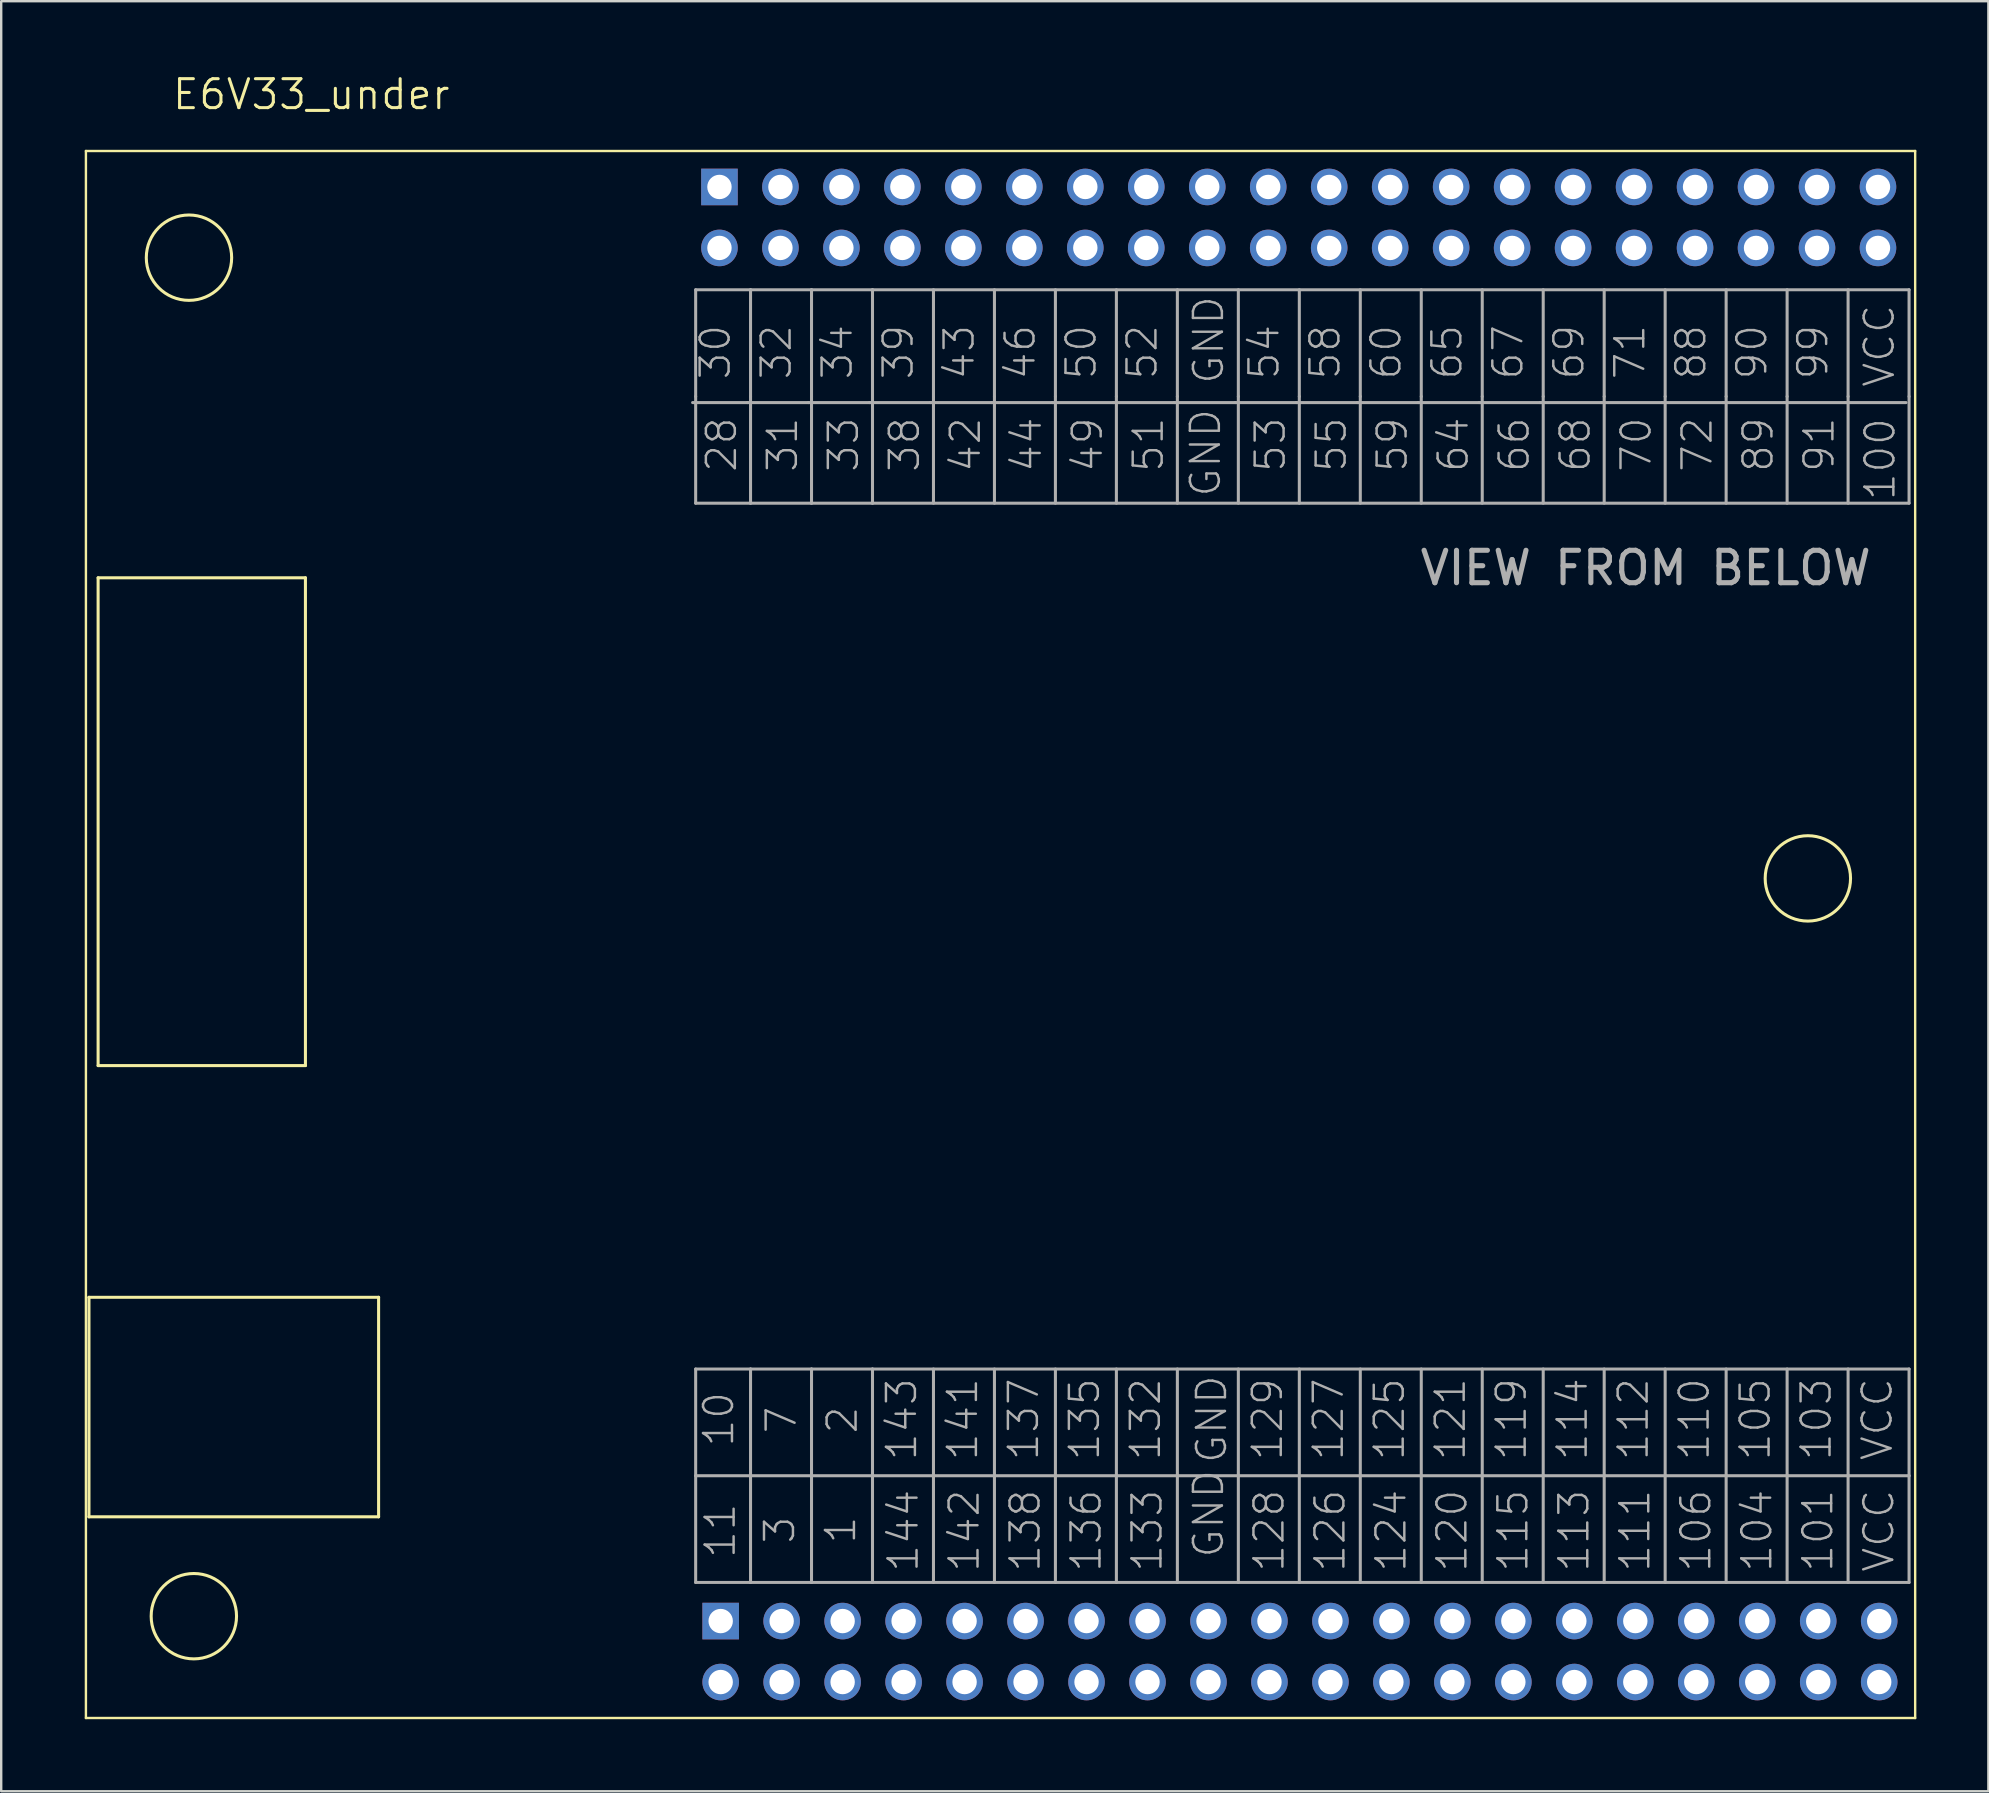
<source format=kicad_pcb>
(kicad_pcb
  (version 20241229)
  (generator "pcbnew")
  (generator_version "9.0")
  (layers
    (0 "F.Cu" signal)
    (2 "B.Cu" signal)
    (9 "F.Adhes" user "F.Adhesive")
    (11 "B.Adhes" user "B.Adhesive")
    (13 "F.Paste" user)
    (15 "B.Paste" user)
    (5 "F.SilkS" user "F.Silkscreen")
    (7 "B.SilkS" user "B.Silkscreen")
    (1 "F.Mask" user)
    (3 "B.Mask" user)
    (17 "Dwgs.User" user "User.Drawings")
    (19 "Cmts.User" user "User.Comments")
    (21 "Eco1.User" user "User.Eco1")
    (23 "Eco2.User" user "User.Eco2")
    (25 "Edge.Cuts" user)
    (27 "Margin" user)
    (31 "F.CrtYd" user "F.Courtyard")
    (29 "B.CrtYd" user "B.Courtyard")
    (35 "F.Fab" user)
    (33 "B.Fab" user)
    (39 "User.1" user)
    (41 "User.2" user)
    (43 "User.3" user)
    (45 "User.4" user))
  (footprint "E6V33_under"
    (layer "F.Cu")
    (at 0.25 34.608)
    (property "Reference" "E6V33_under" (at 3.81 -33.02 0) (layer "F.SilkS") (effects (font (size 1.206 1.206) (thickness 0.127)) (justify left bottom)))
    (attr through_hole)
    (fp_line (start 0.279 -31.369) (end 76.479 -31.369) (stroke (width 0.1) (type solid)) (layer "F.SilkS"))
    (fp_line (start 0.279 33.909) (end 0.279 -31.369) (stroke (width 0.1) (type solid)) (layer "F.SilkS"))
    (fp_line (start 0.406 16.383) (end 12.471 16.383) (stroke (width 0.127) (type solid)) (layer "F.SilkS"))
    (fp_line (start 0.406 25.527) (end 0.406 16.383) (stroke (width 0.127) (type solid)) (layer "F.SilkS"))
    (fp_line (start 0.787 -13.589) (end 9.423 -13.589) (stroke (width 0.127) (type solid)) (layer "F.SilkS"))
    (fp_line (start 0.787 6.731) (end 0.787 -13.589) (stroke (width 0.127) (type solid)) (layer "F.SilkS"))
    (fp_line (start 9.423 -13.589) (end 9.423 6.731) (stroke (width 0.127) (type solid)) (layer "F.SilkS"))
    (fp_line (start 9.423 6.731) (end 0.787 6.731) (stroke (width 0.127) (type solid)) (layer "F.SilkS"))
    (fp_line (start 12.471 16.383) (end 12.471 25.527) (stroke (width 0.127) (type solid)) (layer "F.SilkS"))
    (fp_line (start 12.471 25.527) (end 0.406 25.527) (stroke (width 0.127) (type solid)) (layer "F.SilkS"))
    (fp_line (start 76.479 -31.369) (end 76.479 33.909) (stroke (width 0.1) (type solid)) (layer "F.SilkS"))
    (fp_line (start 76.479 33.909) (end 0.279 33.909) (stroke (width 0.1) (type solid)) (layer "F.SilkS"))
    (fp_circle (center 4.572 -26.924) (end 6.35 -26.924) (stroke (width 0.127) (type solid)) (fill no) (layer "F.SilkS"))
    (fp_circle (center 4.775 29.667) (end 6.553 29.667) (stroke (width 0.127) (type solid)) (fill no) (layer "F.SilkS"))
    (fp_circle (center 72.009 -1.067) (end 73.787 -1.067) (stroke (width 0.127) (type solid)) (fill no) (layer "F.SilkS"))
    (fp_line (start 25.552 -20.888) (end 27.838 -20.888) (stroke (width 0.127) (type solid)) (layer "F.Fab"))
    (fp_line (start 25.679 -25.587) (end 25.679 -21.142) (stroke (width 0.127) (type solid)) (layer "F.Fab"))
    (fp_line (start 25.679 -25.587) (end 27.965 -25.587) (stroke (width 0.127) (type solid)) (layer "F.Fab"))
    (fp_line (start 25.679 -21.142) (end 25.679 -16.697) (stroke (width 0.127) (type solid)) (layer "F.Fab"))
    (fp_line (start 25.679 19.371) (end 25.679 23.816) (stroke (width 0.127) (type solid)) (layer "F.Fab"))
    (fp_line (start 25.679 19.371) (end 27.965 19.371) (stroke (width 0.127) (type solid)) (layer "F.Fab"))
    (fp_line (start 25.679 23.816) (end 25.679 28.261) (stroke (width 0.127) (type solid)) (layer "F.Fab"))
    (fp_line (start 25.679 23.816) (end 27.965 23.816) (stroke (width 0.127) (type solid)) (layer "F.Fab"))
    (fp_line (start 27.838 -20.888) (end 30.378 -20.888) (stroke (width 0.127) (type solid)) (layer "F.Fab"))
    (fp_line (start 27.965 -25.587) (end 27.965 -21.142) (stroke (width 0.127) (type solid)) (layer "F.Fab"))
    (fp_line (start 27.965 -25.587) (end 30.505 -25.587) (stroke (width 0.127) (type solid)) (layer "F.Fab"))
    (fp_line (start 27.965 -21.142) (end 27.965 -16.697) (stroke (width 0.127) (type solid)) (layer "F.Fab"))
    (fp_line (start 27.965 -16.697) (end 25.679 -16.697) (stroke (width 0.127) (type solid)) (layer "F.Fab"))
    (fp_line (start 27.965 19.371) (end 27.965 23.816) (stroke (width 0.127) (type solid)) (layer "F.Fab"))
    (fp_line (start 27.965 19.371) (end 30.505 19.371) (stroke (width 0.127) (type solid)) (layer "F.Fab"))
    (fp_line (start 27.965 23.816) (end 27.965 28.261) (stroke (width 0.127) (type solid)) (layer "F.Fab"))
    (fp_line (start 27.965 23.816) (end 30.505 23.816) (stroke (width 0.127) (type solid)) (layer "F.Fab"))
    (fp_line (start 27.965 28.261) (end 25.679 28.261) (stroke (width 0.127) (type solid)) (layer "F.Fab"))
    (fp_line (start 30.378 -20.888) (end 32.918 -20.888) (stroke (width 0.127) (type solid)) (layer "F.Fab"))
    (fp_line (start 30.505 -25.587) (end 30.505 -21.142) (stroke (width 0.127) (type solid)) (layer "F.Fab"))
    (fp_line (start 30.505 -25.587) (end 33.045 -25.587) (stroke (width 0.127) (type solid)) (layer "F.Fab"))
    (fp_line (start 30.505 -21.142) (end 30.505 -16.697) (stroke (width 0.127) (type solid)) (layer "F.Fab"))
    (fp_line (start 30.505 -16.697) (end 27.965 -16.697) (stroke (width 0.127) (type solid)) (layer "F.Fab"))
    (fp_line (start 30.505 19.371) (end 30.505 23.816) (stroke (width 0.127) (type solid)) (layer "F.Fab"))
    (fp_line (start 30.505 19.371) (end 33.045 19.371) (stroke (width 0.127) (type solid)) (layer "F.Fab"))
    (fp_line (start 30.505 23.816) (end 30.505 28.261) (stroke (width 0.127) (type solid)) (layer "F.Fab"))
    (fp_line (start 30.505 23.816) (end 33.045 23.816) (stroke (width 0.127) (type solid)) (layer "F.Fab"))
    (fp_line (start 30.505 28.261) (end 27.965 28.261) (stroke (width 0.127) (type solid)) (layer "F.Fab"))
    (fp_line (start 32.918 -20.888) (end 35.458 -20.888) (stroke (width 0.127) (type solid)) (layer "F.Fab"))
    (fp_line (start 33.045 -25.587) (end 33.045 -21.142) (stroke (width 0.127) (type solid)) (layer "F.Fab"))
    (fp_line (start 33.045 -25.587) (end 76.225 -25.587) (stroke (width 0.127) (type solid)) (layer "F.Fab"))
    (fp_line (start 33.045 -21.142) (end 33.045 -16.697) (stroke (width 0.127) (type solid)) (layer "F.Fab"))
    (fp_line (start 33.045 -16.697) (end 30.505 -16.697) (stroke (width 0.127) (type solid)) (layer "F.Fab"))
    (fp_line (start 33.045 19.371) (end 33.045 23.816) (stroke (width 0.127) (type solid)) (layer "F.Fab"))
    (fp_line (start 33.045 19.371) (end 76.225 19.371) (stroke (width 0.127) (type solid)) (layer "F.Fab"))
    (fp_line (start 33.045 23.816) (end 33.045 28.261) (stroke (width 0.127) (type solid)) (layer "F.Fab"))
    (fp_line (start 33.045 23.816) (end 35.585 23.816) (stroke (width 0.127) (type solid)) (layer "F.Fab"))
    (fp_line (start 33.045 28.261) (end 30.505 28.261) (stroke (width 0.127) (type solid)) (layer "F.Fab"))
    (fp_line (start 35.458 -20.888) (end 37.998 -20.888) (stroke (width 0.127) (type solid)) (layer "F.Fab"))
    (fp_line (start 35.585 -25.587) (end 35.585 -21.142) (stroke (width 0.127) (type solid)) (layer "F.Fab"))
    (fp_line (start 35.585 -21.142) (end 35.585 -16.697) (stroke (width 0.127) (type solid)) (layer "F.Fab"))
    (fp_line (start 35.585 19.371) (end 35.585 23.816) (stroke (width 0.127) (type solid)) (layer "F.Fab"))
    (fp_line (start 35.585 23.816) (end 35.585 28.261) (stroke (width 0.127) (type solid)) (layer "F.Fab"))
    (fp_line (start 35.585 23.816) (end 38.125 23.816) (stroke (width 0.127) (type solid)) (layer "F.Fab"))
    (fp_line (start 37.998 -20.888) (end 40.538 -20.888) (stroke (width 0.127) (type solid)) (layer "F.Fab"))
    (fp_line (start 38.125 -25.587) (end 38.125 -21.142) (stroke (width 0.127) (type solid)) (layer "F.Fab"))
    (fp_line (start 38.125 -21.142) (end 38.125 -16.697) (stroke (width 0.127) (type solid)) (layer "F.Fab"))
    (fp_line (start 38.125 19.371) (end 38.125 23.816) (stroke (width 0.127) (type solid)) (layer "F.Fab"))
    (fp_line (start 38.125 23.816) (end 38.125 28.261) (stroke (width 0.127) (type solid)) (layer "F.Fab"))
    (fp_line (start 38.125 23.816) (end 40.665 23.816) (stroke (width 0.127) (type solid)) (layer "F.Fab"))
    (fp_line (start 40.538 -20.888) (end 43.078 -20.888) (stroke (width 0.127) (type solid)) (layer "F.Fab"))
    (fp_line (start 40.665 -25.587) (end 40.665 -21.142) (stroke (width 0.127) (type solid)) (layer "F.Fab"))
    (fp_line (start 40.665 -21.142) (end 40.665 -16.697) (stroke (width 0.127) (type solid)) (layer "F.Fab"))
    (fp_line (start 40.665 19.371) (end 40.665 23.816) (stroke (width 0.127) (type solid)) (layer "F.Fab"))
    (fp_line (start 40.665 23.816) (end 40.665 28.261) (stroke (width 0.127) (type solid)) (layer "F.Fab"))
    (fp_line (start 40.665 23.816) (end 43.205 23.816) (stroke (width 0.127) (type solid)) (layer "F.Fab"))
    (fp_line (start 43.078 -20.888) (end 45.618 -20.888) (stroke (width 0.127) (type solid)) (layer "F.Fab"))
    (fp_line (start 43.205 -25.587) (end 43.205 -21.142) (stroke (width 0.127) (type solid)) (layer "F.Fab"))
    (fp_line (start 43.205 -21.142) (end 43.205 -16.697) (stroke (width 0.127) (type solid)) (layer "F.Fab"))
    (fp_line (start 43.205 19.371) (end 43.205 23.816) (stroke (width 0.127) (type solid)) (layer "F.Fab"))
    (fp_line (start 43.205 23.816) (end 43.205 28.261) (stroke (width 0.127) (type solid)) (layer "F.Fab"))
    (fp_line (start 43.205 23.816) (end 45.745 23.816) (stroke (width 0.127) (type solid)) (layer "F.Fab"))
    (fp_line (start 45.618 -20.888) (end 48.158 -20.888) (stroke (width 0.127) (type solid)) (layer "F.Fab"))
    (fp_line (start 45.745 -25.587) (end 45.745 -21.142) (stroke (width 0.127) (type solid)) (layer "F.Fab"))
    (fp_line (start 45.745 -21.142) (end 45.745 -16.697) (stroke (width 0.127) (type solid)) (layer "F.Fab"))
    (fp_line (start 45.745 19.371) (end 45.745 23.816) (stroke (width 0.127) (type solid)) (layer "F.Fab"))
    (fp_line (start 45.745 23.816) (end 45.745 28.261) (stroke (width 0.127) (type solid)) (layer "F.Fab"))
    (fp_line (start 45.745 23.816) (end 48.285 23.816) (stroke (width 0.127) (type solid)) (layer "F.Fab"))
    (fp_line (start 48.158 -20.888) (end 50.698 -20.888) (stroke (width 0.127) (type solid)) (layer "F.Fab"))
    (fp_line (start 48.285 -25.587) (end 48.285 -21.142) (stroke (width 0.127) (type solid)) (layer "F.Fab"))
    (fp_line (start 48.285 -21.142) (end 48.285 -16.697) (stroke (width 0.127) (type solid)) (layer "F.Fab"))
    (fp_line (start 48.285 19.371) (end 48.285 23.816) (stroke (width 0.127) (type solid)) (layer "F.Fab"))
    (fp_line (start 48.285 23.816) (end 48.285 28.261) (stroke (width 0.127) (type solid)) (layer "F.Fab"))
    (fp_line (start 48.285 23.816) (end 50.825 23.816) (stroke (width 0.127) (type solid)) (layer "F.Fab"))
    (fp_line (start 50.698 -20.888) (end 53.238 -20.888) (stroke (width 0.127) (type solid)) (layer "F.Fab"))
    (fp_line (start 50.825 -25.587) (end 50.825 -21.142) (stroke (width 0.127) (type solid)) (layer "F.Fab"))
    (fp_line (start 50.825 -21.142) (end 50.825 -16.697) (stroke (width 0.127) (type solid)) (layer "F.Fab"))
    (fp_line (start 50.825 19.371) (end 50.825 23.816) (stroke (width 0.127) (type solid)) (layer "F.Fab"))
    (fp_line (start 50.825 23.816) (end 50.825 28.261) (stroke (width 0.127) (type solid)) (layer "F.Fab"))
    (fp_line (start 50.825 23.816) (end 53.365 23.816) (stroke (width 0.127) (type solid)) (layer "F.Fab"))
    (fp_line (start 53.238 -20.888) (end 55.778 -20.888) (stroke (width 0.127) (type solid)) (layer "F.Fab"))
    (fp_line (start 53.365 -25.587) (end 53.365 -21.142) (stroke (width 0.127) (type solid)) (layer "F.Fab"))
    (fp_line (start 53.365 -21.142) (end 53.365 -16.697) (stroke (width 0.127) (type solid)) (layer "F.Fab"))
    (fp_line (start 53.365 19.371) (end 53.365 23.816) (stroke (width 0.127) (type solid)) (layer "F.Fab"))
    (fp_line (start 53.365 23.816) (end 53.365 28.261) (stroke (width 0.127) (type solid)) (layer "F.Fab"))
    (fp_line (start 53.365 23.816) (end 55.905 23.816) (stroke (width 0.127) (type solid)) (layer "F.Fab"))
    (fp_line (start 55.778 -20.888) (end 58.318 -20.888) (stroke (width 0.127) (type solid)) (layer "F.Fab"))
    (fp_line (start 55.905 -25.587) (end 55.905 -21.142) (stroke (width 0.127) (type solid)) (layer "F.Fab"))
    (fp_line (start 55.905 -21.142) (end 55.905 -16.697) (stroke (width 0.127) (type solid)) (layer "F.Fab"))
    (fp_line (start 55.905 19.371) (end 55.905 23.816) (stroke (width 0.127) (type solid)) (layer "F.Fab"))
    (fp_line (start 55.905 23.816) (end 55.905 28.261) (stroke (width 0.127) (type solid)) (layer "F.Fab"))
    (fp_line (start 55.905 23.816) (end 58.445 23.816) (stroke (width 0.127) (type solid)) (layer "F.Fab"))
    (fp_line (start 58.318 -20.888) (end 60.858 -20.888) (stroke (width 0.127) (type solid)) (layer "F.Fab"))
    (fp_line (start 58.445 -25.587) (end 58.445 -21.142) (stroke (width 0.127) (type solid)) (layer "F.Fab"))
    (fp_line (start 58.445 -21.142) (end 58.445 -16.697) (stroke (width 0.127) (type solid)) (layer "F.Fab"))
    (fp_line (start 58.445 19.371) (end 58.445 23.816) (stroke (width 0.127) (type solid)) (layer "F.Fab"))
    (fp_line (start 58.445 23.816) (end 58.445 28.261) (stroke (width 0.127) (type solid)) (layer "F.Fab"))
    (fp_line (start 58.445 23.816) (end 60.985 23.816) (stroke (width 0.127) (type solid)) (layer "F.Fab"))
    (fp_line (start 60.858 -20.888) (end 63.398 -20.888) (stroke (width 0.127) (type solid)) (layer "F.Fab"))
    (fp_line (start 60.985 -25.587) (end 60.985 -21.142) (stroke (width 0.127) (type solid)) (layer "F.Fab"))
    (fp_line (start 60.985 -21.142) (end 60.985 -16.697) (stroke (width 0.127) (type solid)) (layer "F.Fab"))
    (fp_line (start 60.985 19.371) (end 60.985 23.816) (stroke (width 0.127) (type solid)) (layer "F.Fab"))
    (fp_line (start 60.985 23.816) (end 60.985 28.261) (stroke (width 0.127) (type solid)) (layer "F.Fab"))
    (fp_line (start 60.985 23.816) (end 63.525 23.816) (stroke (width 0.127) (type solid)) (layer "F.Fab"))
    (fp_line (start 63.398 -20.888) (end 65.938 -20.888) (stroke (width 0.127) (type solid)) (layer "F.Fab"))
    (fp_line (start 63.525 -25.587) (end 63.525 -21.142) (stroke (width 0.127) (type solid)) (layer "F.Fab"))
    (fp_line (start 63.525 -21.142) (end 63.525 -16.697) (stroke (width 0.127) (type solid)) (layer "F.Fab"))
    (fp_line (start 63.525 19.371) (end 63.525 23.816) (stroke (width 0.127) (type solid)) (layer "F.Fab"))
    (fp_line (start 63.525 23.816) (end 63.525 28.261) (stroke (width 0.127) (type solid)) (layer "F.Fab"))
    (fp_line (start 63.525 23.816) (end 66.065 23.816) (stroke (width 0.127) (type solid)) (layer "F.Fab"))
    (fp_line (start 65.938 -20.888) (end 68.478 -20.888) (stroke (width 0.127) (type solid)) (layer "F.Fab"))
    (fp_line (start 66.065 -25.587) (end 66.065 -21.142) (stroke (width 0.127) (type solid)) (layer "F.Fab"))
    (fp_line (start 66.065 -21.142) (end 66.065 -16.697) (stroke (width 0.127) (type solid)) (layer "F.Fab"))
    (fp_line (start 66.065 19.371) (end 66.065 23.816) (stroke (width 0.127) (type solid)) (layer "F.Fab"))
    (fp_line (start 66.065 23.816) (end 66.065 28.261) (stroke (width 0.127) (type solid)) (layer "F.Fab"))
    (fp_line (start 66.065 23.816) (end 68.605 23.816) (stroke (width 0.127) (type solid)) (layer "F.Fab"))
    (fp_line (start 68.478 -20.888) (end 71.018 -20.888) (stroke (width 0.127) (type solid)) (layer "F.Fab"))
    (fp_line (start 68.605 -25.587) (end 68.605 -21.142) (stroke (width 0.127) (type solid)) (layer "F.Fab"))
    (fp_line (start 68.605 -21.142) (end 68.605 -16.697) (stroke (width 0.127) (type solid)) (layer "F.Fab"))
    (fp_line (start 68.605 19.371) (end 68.605 23.816) (stroke (width 0.127) (type solid)) (layer "F.Fab"))
    (fp_line (start 68.605 23.816) (end 68.605 28.261) (stroke (width 0.127) (type solid)) (layer "F.Fab"))
    (fp_line (start 68.605 23.816) (end 71.145 23.816) (stroke (width 0.127) (type solid)) (layer "F.Fab"))
    (fp_line (start 71.018 -20.888) (end 73.558 -20.888) (stroke (width 0.127) (type solid)) (layer "F.Fab"))
    (fp_line (start 71.145 -25.587) (end 71.145 -21.142) (stroke (width 0.127) (type solid)) (layer "F.Fab"))
    (fp_line (start 71.145 -21.142) (end 71.145 -16.697) (stroke (width 0.127) (type solid)) (layer "F.Fab"))
    (fp_line (start 71.145 19.371) (end 71.145 23.816) (stroke (width 0.127) (type solid)) (layer "F.Fab"))
    (fp_line (start 71.145 23.816) (end 71.145 28.261) (stroke (width 0.127) (type solid)) (layer "F.Fab"))
    (fp_line (start 71.145 23.816) (end 73.685 23.816) (stroke (width 0.127) (type solid)) (layer "F.Fab"))
    (fp_line (start 73.558 -20.888) (end 76.098 -20.888) (stroke (width 0.127) (type solid)) (layer "F.Fab"))
    (fp_line (start 73.685 -25.587) (end 73.685 -21.142) (stroke (width 0.127) (type solid)) (layer "F.Fab"))
    (fp_line (start 73.685 -21.142) (end 73.685 -16.697) (stroke (width 0.127) (type solid)) (layer "F.Fab"))
    (fp_line (start 73.685 19.371) (end 73.685 23.816) (stroke (width 0.127) (type solid)) (layer "F.Fab"))
    (fp_line (start 73.685 23.816) (end 73.685 28.261) (stroke (width 0.127) (type solid)) (layer "F.Fab"))
    (fp_line (start 73.685 23.816) (end 76.225 23.816) (stroke (width 0.127) (type solid)) (layer "F.Fab"))
    (fp_line (start 76.225 -25.587) (end 76.225 -21.142) (stroke (width 0.127) (type solid)) (layer "F.Fab"))
    (fp_line (start 76.225 -21.142) (end 76.225 -16.697) (stroke (width 0.127) (type solid)) (layer "F.Fab"))
    (fp_line (start 76.225 -16.697) (end 33.045 -16.697) (stroke (width 0.127) (type solid)) (layer "F.Fab"))
    (fp_line (start 76.225 19.371) (end 76.225 23.816) (stroke (width 0.127) (type solid)) (layer "F.Fab"))
    (fp_line (start 76.225 23.816) (end 76.225 28.261) (stroke (width 0.127) (type solid)) (layer "F.Fab"))
    (fp_line (start 76.225 28.261) (end 33.045 28.261) (stroke (width 0.127) (type solid)) (layer "F.Fab"))
    (fp_text user "GND" (at 47.625 -20.701 90) (layer "F.Fab") (effects (font (size 1.206 1.206) (thickness 0.102)) (justify right bottom)))
    (fp_text user "GND" (at 47.752 23.495 90) (layer "F.Fab") (effects (font (size 1.206 1.206) (thickness 0.102)) (justify right bottom)))
    (fp_text user "60" (at 55.143 -21.772 90) (layer "F.Fab") (effects (font (size 1.206 1.206) (thickness 0.102)) (justify left bottom)))
    (fp_text user "143" (at 34.964 23.253 90) (layer "F.Fab") (effects (font (size 1.206 1.206) (thickness 0.102)) (justify left bottom)))
    (fp_text user "66" (at 60.483 -20.349 90) (layer "F.Fab") (effects (font (size 1.206 1.206) (thickness 0.102)) (justify right bottom)))
    (fp_text user "133" (at 45.192 24.318 90) (layer "F.Fab") (effects (font (size 1.206 1.206) (thickness 0.102)) (justify right bottom)))
    (fp_text user "113" (at 62.972 24.318 90) (layer "F.Fab") (effects (font (size 1.206 1.206) (thickness 0.102)) (justify right bottom)))
    (fp_text user "55" (at 52.863 -20.349 90) (layer "F.Fab") (effects (font (size 1.206 1.206) (thickness 0.102)) (justify right bottom)))
    (fp_text user "2" (at 32.492 20.853 90) (layer "F.Fab") (effects (font (size 1.206 1.206) (thickness 0.102)) (justify right bottom)))
    (fp_text user "58" (at 52.603 -21.772 90) (layer "F.Fab") (effects (font (size 1.206 1.206) (thickness 0.102)) (justify left bottom)))
    (fp_text user "115" (at 60.432 24.318 90) (layer "F.Fab") (effects (font (size 1.206 1.206) (thickness 0.102)) (justify right bottom)))
    (fp_text user "126" (at 52.812 24.318 90) (layer "F.Fab") (effects (font (size 1.206 1.206) (thickness 0.102)) (justify right bottom)))
    (fp_text user "106" (at 68.052 24.318 90) (layer "F.Fab") (effects (font (size 1.206 1.206) (thickness 0.102)) (justify right bottom)))
    (fp_text user "137" (at 40.044 23.253 90) (layer "F.Fab") (effects (font (size 1.206 1.206) (thickness 0.102)) (justify left bottom)))
    (fp_text user "59" (at 55.403 -20.349 90) (layer "F.Fab") (effects (font (size 1.206 1.206) (thickness 0.102)) (justify right bottom)))
    (fp_text user "70" (at 65.563 -20.349 90) (layer "F.Fab") (effects (font (size 1.206 1.206) (thickness 0.102)) (justify right bottom)))
    (fp_text user "100" (at 75.723 -20.32 90) (layer "F.Fab") (effects (font (size 1.206 1.206) (thickness 0.102)) (justify right bottom)))
    (fp_text user "67" (at 60.223 -21.772 90) (layer "F.Fab") (effects (font (size 1.206 1.206) (thickness 0.102)) (justify left bottom)))
    (fp_text user "90" (at 70.383 -21.772 90) (layer "F.Fab") (effects (font (size 1.206 1.206) (thickness 0.102)) (justify left bottom)))
    (fp_text user "51" (at 45.243 -20.349 90) (layer "F.Fab") (effects (font (size 1.206 1.206) (thickness 0.102)) (justify right bottom)))
    (fp_text user "1" (at 32.424 26.718 90) (layer "F.Fab") (effects (font (size 1.206 1.206) (thickness 0.102)) (justify left bottom)))
    (fp_text user "31" (at 30.003 -20.349 90) (layer "F.Fab") (effects (font (size 1.206 1.206) (thickness 0.102)) (justify right bottom)))
    (fp_text user "33" (at 32.543 -20.349 90) (layer "F.Fab") (effects (font (size 1.206 1.206) (thickness 0.102)) (justify right bottom)))
    (fp_text user "52" (at 44.983 -21.772 90) (layer "F.Fab") (effects (font (size 1.206 1.206) (thickness 0.102)) (justify left bottom)))
    (fp_text user "129" (at 50.204 23.253 90) (layer "F.Fab") (effects (font (size 1.206 1.206) (thickness 0.102)) (justify left bottom)))
    (fp_text user "144" (at 35.032 24.318 90) (layer "F.Fab") (effects (font (size 1.206 1.206) (thickness 0.102)) (justify right bottom)))
    (fp_text user "89" (at 70.643 -20.349 90) (layer "F.Fab") (effects (font (size 1.206 1.206) (thickness 0.102)) (justify right bottom)))
    (fp_text user "101" (at 73.132 24.318 90) (layer "F.Fab") (effects (font (size 1.206 1.206) (thickness 0.102)) (justify right bottom)))
    (fp_text user "121" (at 57.824 23.253 90) (layer "F.Fab") (effects (font (size 1.206 1.206) (thickness 0.102)) (justify left bottom)))
    (fp_text user "11" (at 27.412 24.893 90) (layer "F.Fab") (effects (font (size 1.206 1.206) (thickness 0.102)) (justify right bottom)))
    (fp_text user "138" (at 40.112 24.318 90) (layer "F.Fab") (effects (font (size 1.206 1.206) (thickness 0.102)) (justify right bottom)))
    (fp_text user "127" (at 52.744 23.253 90) (layer "F.Fab") (effects (font (size 1.206 1.206) (thickness 0.102)) (justify left bottom)))
    (fp_text user "30" (at 27.203 -21.772 90) (layer "F.Fab") (effects (font (size 1.206 1.206) (thickness 0.102)) (justify left bottom)))
    (fp_text user "91" (at 73.183 -20.349 90) (layer "F.Fab") (effects (font (size 1.206 1.206) (thickness 0.102)) (justify right bottom)))
    (fp_text user "54" (at 50.063 -21.772 90) (layer "F.Fab") (effects (font (size 1.206 1.206) (thickness 0.102)) (justify left bottom)))
    (fp_text user "119" (at 60.364 23.253 90) (layer "F.Fab") (effects (font (size 1.206 1.206) (thickness 0.102)) (justify left bottom)))
    (fp_text user "34" (at 32.283 -21.772 90) (layer "F.Fab") (effects (font (size 1.206 1.206) (thickness 0.102)) (justify left bottom)))
    (fp_text user "64" (at 57.943 -20.349 90) (layer "F.Fab") (effects (font (size 1.206 1.206) (thickness 0.102)) (justify right bottom)))
    (fp_text user "111" (at 65.512 24.318 90) (layer "F.Fab") (effects (font (size 1.206 1.206) (thickness 0.102)) (justify right bottom)))
    (fp_text user "72" (at 68.103 -20.349 90) (layer "F.Fab") (effects (font (size 1.206 1.206) (thickness 0.102)) (justify right bottom)))
    (fp_text user "103" (at 73.064 23.253 90) (layer "F.Fab") (effects (font (size 1.206 1.206) (thickness 0.102)) (justify left bottom)))
    (fp_text user "10" (at 27.344 22.679 90) (layer "F.Fab") (effects (font (size 1.206 1.206) (thickness 0.102)) (justify left bottom)))
    (fp_text user "71" (at 65.303 -21.772 90) (layer "F.Fab") (effects (font (size 1.206 1.206) (thickness 0.102)) (justify left bottom)))
    (fp_text user "VCC" (at 75.692 -21.463 90) (layer "F.Fab") (effects (font (size 1.206 1.206) (thickness 0.102)) (justify left bottom)))
    (fp_text user "GND" (at 47.752 -21.59 90) (layer "F.Fab") (effects (font (size 1.206 1.206) (thickness 0.102)) (justify left bottom)))
    (fp_text user "136" (at 42.652 24.318 90) (layer "F.Fab") (effects (font (size 1.206 1.206) (thickness 0.102)) (justify right bottom)))
    (fp_text user "99" (at 72.923 -21.772 90) (layer "F.Fab") (effects (font (size 1.206 1.206) (thickness 0.102)) (justify left bottom)))
    (fp_text user "120" (at 57.892 24.318 90) (layer "F.Fab") (effects (font (size 1.206 1.206) (thickness 0.102)) (justify right bottom)))
    (fp_text user "88" (at 67.843 -21.772 90) (layer "F.Fab") (effects (font (size 1.206 1.206) (thickness 0.102)) (justify left bottom)))
    (fp_text user "142" (at 37.572 24.318 90) (layer "F.Fab") (effects (font (size 1.206 1.206) (thickness 0.102)) (justify right bottom)))
    (fp_text user "43" (at 37.363 -21.772 90) (layer "F.Fab") (effects (font (size 1.206 1.206) (thickness 0.102)) (justify left bottom)))
    (fp_text user "105" (at 70.524 23.253 90) (layer "F.Fab") (effects (font (size 1.206 1.206) (thickness 0.102)) (justify left bottom)))
    (fp_text user "132" (at 45.124 23.253 90) (layer "F.Fab") (effects (font (size 1.206 1.206) (thickness 0.102)) (justify left bottom)))
    (fp_text user "114" (at 62.904 23.253 90) (layer "F.Fab") (effects (font (size 1.206 1.206) (thickness 0.102)) (justify left bottom)))
    (fp_text user "44" (at 40.163 -20.349 90) (layer "F.Fab") (effects (font (size 1.206 1.206) (thickness 0.102)) (justify right bottom)))
    (fp_text user "50" (at 42.443 -21.772 90) (layer "F.Fab") (effects (font (size 1.206 1.206) (thickness 0.102)) (justify left bottom)))
    (fp_text user "39" (at 34.823 -21.772 90) (layer "F.Fab") (effects (font (size 1.206 1.206) (thickness 0.102)) (justify left bottom)))
    (fp_text user "65" (at 57.683 -21.772 90) (layer "F.Fab") (effects (font (size 1.206 1.206) (thickness 0.102)) (justify left bottom)))
    (fp_text user "135" (at 42.584 23.253 90) (layer "F.Fab") (effects (font (size 1.206 1.206) (thickness 0.102)) (justify left bottom)))
    (fp_text user "38" (at 35.083 -20.349 90) (layer "F.Fab") (effects (font (size 1.206 1.206) (thickness 0.102)) (justify right bottom)))
    (fp_text user "28" (at 27.463 -20.349 90) (layer "F.Fab") (effects (font (size 1.206 1.206) (thickness 0.102)) (justify right bottom)))
    (fp_text user "GND" (at 47.879 23.368 90) (layer "F.Fab") (effects (font (size 1.206 1.206) (thickness 0.102)) (justify left bottom)))
    (fp_text user "VIEW FROM BELOW" (at 55.753 -13.208 0) (layer "F.Fab") (effects (font (size 1.351 1.351) (thickness 0.213)) (justify left bottom)))
    (fp_text user "VCC" (at 75.672 24.318 90) (layer "F.Fab") (effects (font (size 1.206 1.206) (thickness 0.102)) (justify right bottom)))
    (fp_text user "42" (at 37.623 -20.349 90) (layer "F.Fab") (effects (font (size 1.206 1.206) (thickness 0.102)) (justify right bottom)))
    (fp_text user "3" (at 29.884 26.718 90) (layer "F.Fab") (effects (font (size 1.206 1.206) (thickness 0.102)) (justify left bottom)))
    (fp_text user "125" (at 55.284 23.253 90) (layer "F.Fab") (effects (font (size 1.206 1.206) (thickness 0.102)) (justify left bottom)))
    (fp_text user "69" (at 62.763 -21.772 90) (layer "F.Fab") (effects (font (size 1.206 1.206) (thickness 0.102)) (justify left bottom)))
    (fp_text user "110" (at 67.984 23.253 90) (layer "F.Fab") (effects (font (size 1.206 1.206) (thickness 0.102)) (justify left bottom)))
    (fp_text user "32" (at 29.743 -21.772 90) (layer "F.Fab") (effects (font (size 1.206 1.206) (thickness 0.102)) (justify left bottom)))
    (fp_text user "68" (at 63.023 -20.349 90) (layer "F.Fab") (effects (font (size 1.206 1.206) (thickness 0.102)) (justify right bottom)))
    (fp_text user "53" (at 50.323 -20.349 90) (layer "F.Fab") (effects (font (size 1.206 1.206) (thickness 0.102)) (justify right bottom)))
    (fp_text user "104" (at 70.592 24.318 90) (layer "F.Fab") (effects (font (size 1.206 1.206) (thickness 0.102)) (justify right bottom)))
    (fp_text user "112" (at 65.444 23.253 90) (layer "F.Fab") (effects (font (size 1.206 1.206) (thickness 0.102)) (justify left bottom)))
    (fp_text user "VCC" (at 75.604 23.253 90) (layer "F.Fab") (effects (font (size 1.206 1.206) (thickness 0.102)) (justify left bottom)))
    (fp_text user "128" (at 50.272 24.318 90) (layer "F.Fab") (effects (font (size 1.206 1.206) (thickness 0.102)) (justify right bottom)))
    (fp_text user "7" (at 29.952 20.853 90) (layer "F.Fab") (effects (font (size 1.206 1.206) (thickness 0.102)) (justify right bottom)))
    (fp_text user "49" (at 42.703 -20.349 90) (layer "F.Fab") (effects (font (size 1.206 1.206) (thickness 0.102)) (justify right bottom)))
    (fp_text user "46" (at 39.903 -21.772 90) (layer "F.Fab") (effects (font (size 1.206 1.206) (thickness 0.102)) (justify left bottom)))
    (fp_text user "124" (at 55.352 24.318 90) (layer "F.Fab") (effects (font (size 1.206 1.206) (thickness 0.102)) (justify right bottom)))
    (fp_text user "141" (at 37.504 23.253 90) (layer "F.Fab") (effects (font (size 1.206 1.206) (thickness 0.102)) (justify left bottom)))
    (pad "GND1" thru_hole circle (at 46.99 -29.87) (size 1.524 1.524) (drill 1.016) (layers "*.Cu" "*.Mask"))
    (pad "GND2" thru_hole circle (at 46.99 -27.33) (size 1.524 1.524) (drill 1.016) (layers "*.Cu" "*.Mask"))
    (pad "GND3" thru_hole circle (at 47.041 29.87) (size 1.524 1.524) (drill 1.016) (layers "*.Cu" "*.Mask"))
    (pad "GND4" thru_hole circle (at 47.041 32.41) (size 1.524 1.524) (drill 1.016) (layers "*.Cu" "*.Mask"))
    (pad "I0_1" thru_hole circle (at 31.801 32.41) (size 1.524 1.524) (drill 1.016) (layers "*.Cu" "*.Mask"))
    (pad "I0_2" thru_hole circle (at 31.801 29.87) (size 1.524 1.524) (drill 1.016) (layers "*.Cu" "*.Mask"))
    (pad "I0_3" thru_hole circle (at 29.261 32.41) (size 1.524 1.524) (drill 1.016) (layers "*.Cu" "*.Mask"))
    (pad "I0_7" thru_hole circle (at 29.261 29.87) (size 1.524 1.524) (drill 1.016) (layers "*.Cu" "*.Mask"))
    (pad "I0_10" thru_hole circle (at 26.721 32.41) (size 1.524 1.524) (drill 1.016) (layers "*.Cu" "*.Mask"))
    (pad "I0_11" thru_hole rect (at 26.721 29.87) (size 1.524 1.524) (drill 1.016) (layers "*.Cu" "*.Mask"))
    (pad "I0_28" thru_hole rect (at 26.67 -29.87) (size 1.524 1.524) (drill 1.016) (layers "*.Cu" "*.Mask"))
    (pad "I0_30" thru_hole circle (at 26.67 -27.33) (size 1.524 1.524) (drill 1.016) (layers "*.Cu" "*.Mask"))
    (pad "I0_31" thru_hole circle (at 29.21 -29.87) (size 1.524 1.524) (drill 1.016) (layers "*.Cu" "*.Mask"))
    (pad "I0_32" thru_hole circle (at 29.21 -27.33) (size 1.524 1.524) (drill 1.016) (layers "*.Cu" "*.Mask"))
    (pad "I0_33" thru_hole circle (at 31.75 -29.87) (size 1.524 1.524) (drill 1.016) (layers "*.Cu" "*.Mask"))
    (pad "I0_34" thru_hole circle (at 31.75 -27.33) (size 1.524 1.524) (drill 1.016) (layers "*.Cu" "*.Mask"))
    (pad "I0_38" thru_hole circle (at 34.29 -29.87) (size 1.524 1.524) (drill 1.016) (layers "*.Cu" "*.Mask"))
    (pad "I0_39" thru_hole circle (at 34.29 -27.33) (size 1.524 1.524) (drill 1.016) (layers "*.Cu" "*.Mask"))
    (pad "I0_42" thru_hole circle (at 36.83 -29.87) (size 1.524 1.524) (drill 1.016) (layers "*.Cu" "*.Mask"))
    (pad "I0_43" thru_hole circle (at 36.83 -27.33) (size 1.524 1.524) (drill 1.016) (layers "*.Cu" "*.Mask"))
    (pad "I0_44" thru_hole circle (at 39.37 -29.87) (size 1.524 1.524) (drill 1.016) (layers "*.Cu" "*.Mask"))
    (pad "I0_46" thru_hole circle (at 39.37 -27.33) (size 1.524 1.524) (drill 1.016) (layers "*.Cu" "*.Mask"))
    (pad "I0_49" thru_hole circle (at 41.91 -29.87) (size 1.524 1.524) (drill 1.016) (layers "*.Cu" "*.Mask"))
    (pad "I0_50" thru_hole circle (at 41.91 -27.33) (size 1.524 1.524) (drill 1.016) (layers "*.Cu" "*.Mask"))
    (pad "I0_51" thru_hole circle (at 44.45 -29.87) (size 1.524 1.524) (drill 1.016) (layers "*.Cu" "*.Mask"))
    (pad "I0_52" thru_hole circle (at 44.45 -27.33) (size 1.524 1.524) (drill 1.016) (layers "*.Cu" "*.Mask"))
    (pad "I0_53" thru_hole circle (at 49.53 -29.87) (size 1.524 1.524) (drill 1.016) (layers "*.Cu" "*.Mask"))
    (pad "I0_54" thru_hole circle (at 49.53 -27.33) (size 1.524 1.524) (drill 1.016) (layers "*.Cu" "*.Mask"))
    (pad "I0_55" thru_hole circle (at 52.07 -29.87) (size 1.524 1.524) (drill 1.016) (layers "*.Cu" "*.Mask"))
    (pad "I0_58" thru_hole circle (at 52.07 -27.33) (size 1.524 1.524) (drill 1.016) (layers "*.Cu" "*.Mask"))
    (pad "I0_59" thru_hole circle (at 54.61 -29.87) (size 1.524 1.524) (drill 1.016) (layers "*.Cu" "*.Mask"))
    (pad "I0_60" thru_hole circle (at 54.61 -27.33) (size 1.524 1.524) (drill 1.016) (layers "*.Cu" "*.Mask"))
    (pad "I0_64" thru_hole circle (at 57.15 -29.87) (size 1.524 1.524) (drill 1.016) (layers "*.Cu" "*.Mask"))
    (pad "I0_65" thru_hole circle (at 57.15 -27.33) (size 1.524 1.524) (drill 1.016) (layers "*.Cu" "*.Mask"))
    (pad "I0_66" thru_hole circle (at 59.69 -29.87) (size 1.524 1.524) (drill 1.016) (layers "*.Cu" "*.Mask"))
    (pad "I0_67" thru_hole circle (at 59.69 -27.33) (size 1.524 1.524) (drill 1.016) (layers "*.Cu" "*.Mask"))
    (pad "I0_68" thru_hole circle (at 62.23 -29.87) (size 1.524 1.524) (drill 1.016) (layers "*.Cu" "*.Mask"))
    (pad "I0_69" thru_hole circle (at 62.23 -27.33) (size 1.524 1.524) (drill 1.016) (layers "*.Cu" "*.Mask"))
    (pad "I0_70" thru_hole circle (at 64.77 -29.87) (size 1.524 1.524) (drill 1.016) (layers "*.Cu" "*.Mask"))
    (pad "I0_71" thru_hole circle (at 64.77 -27.33) (size 1.524 1.524) (drill 1.016) (layers "*.Cu" "*.Mask"))
    (pad "I0_72" thru_hole circle (at 67.31 -29.87) (size 1.524 1.524) (drill 1.016) (layers "*.Cu" "*.Mask"))
    (pad "I0_88" thru_hole circle (at 67.31 -27.33) (size 1.524 1.524) (drill 1.016) (layers "*.Cu" "*.Mask"))
    (pad "I0_89" thru_hole circle (at 69.85 -29.87) (size 1.524 1.524) (drill 1.016) (layers "*.Cu" "*.Mask"))
    (pad "I0_90" thru_hole circle (at 69.85 -27.33) (size 1.524 1.524) (drill 1.016) (layers "*.Cu" "*.Mask"))
    (pad "I0_91" thru_hole circle (at 72.39 -29.87) (size 1.524 1.524) (drill 1.016) (layers "*.Cu" "*.Mask"))
    (pad "I0_99" thru_hole circle (at 72.39 -27.33) (size 1.524 1.524) (drill 1.016) (layers "*.Cu" "*.Mask"))
    (pad "I0_100" thru_hole circle (at 74.93 -29.87) (size 1.524 1.524) (drill 1.016) (layers "*.Cu" "*.Mask"))
    (pad "I0_101" thru_hole circle (at 72.441 29.87) (size 1.524 1.524) (drill 1.016) (layers "*.Cu" "*.Mask"))
    (pad "I0_103" thru_hole circle (at 72.441 32.41) (size 1.524 1.524) (drill 1.016) (layers "*.Cu" "*.Mask"))
    (pad "I0_104" thru_hole circle (at 69.901 29.87) (size 1.524 1.524) (drill 1.016) (layers "*.Cu" "*.Mask"))
    (pad "I0_105" thru_hole circle (at 69.901 32.41) (size 1.524 1.524) (drill 1.016) (layers "*.Cu" "*.Mask"))
    (pad "I0_106" thru_hole circle (at 67.361 29.87) (size 1.524 1.524) (drill 1.016) (layers "*.Cu" "*.Mask"))
    (pad "I0_110" thru_hole circle (at 67.361 32.41) (size 1.524 1.524) (drill 1.016) (layers "*.Cu" "*.Mask"))
    (pad "I0_111" thru_hole circle (at 64.821 29.87) (size 1.524 1.524) (drill 1.016) (layers "*.Cu" "*.Mask"))
    (pad "I0_112" thru_hole circle (at 64.821 32.41) (size 1.524 1.524) (drill 1.016) (layers "*.Cu" "*.Mask"))
    (pad "I0_113" thru_hole circle (at 62.281 29.87) (size 1.524 1.524) (drill 1.016) (layers "*.Cu" "*.Mask"))
    (pad "I0_114" thru_hole circle (at 62.281 32.41) (size 1.524 1.524) (drill 1.016) (layers "*.Cu" "*.Mask"))
    (pad "I0_115" thru_hole circle (at 59.741 29.87) (size 1.524 1.524) (drill 1.016) (layers "*.Cu" "*.Mask"))
    (pad "I0_119" thru_hole circle (at 59.741 32.41) (size 1.524 1.524) (drill 1.016) (layers "*.Cu" "*.Mask"))
    (pad "I0_120" thru_hole circle (at 57.201 29.87) (size 1.524 1.524) (drill 1.016) (layers "*.Cu" "*.Mask"))
    (pad "I0_121" thru_hole circle (at 57.201 32.41) (size 1.524 1.524) (drill 1.016) (layers "*.Cu" "*.Mask"))
    (pad "I0_124" thru_hole circle (at 54.661 29.87) (size 1.524 1.524) (drill 1.016) (layers "*.Cu" "*.Mask"))
    (pad "I0_125" thru_hole circle (at 54.661 32.41) (size 1.524 1.524) (drill 1.016) (layers "*.Cu" "*.Mask"))
    (pad "I0_126" thru_hole circle (at 52.121 29.87) (size 1.524 1.524) (drill 1.016) (layers "*.Cu" "*.Mask"))
    (pad "I0_127" thru_hole circle (at 52.121 32.41) (size 1.524 1.524) (drill 1.016) (layers "*.Cu" "*.Mask"))
    (pad "I0_128" thru_hole circle (at 49.581 29.87) (size 1.524 1.524) (drill 1.016) (layers "*.Cu" "*.Mask"))
    (pad "I0_129" thru_hole circle (at 49.581 32.41) (size 1.524 1.524) (drill 1.016) (layers "*.Cu" "*.Mask"))
    (pad "I0_132" thru_hole circle (at 44.501 32.41) (size 1.524 1.524) (drill 1.016) (layers "*.Cu" "*.Mask"))
    (pad "I0_133" thru_hole circle (at 44.501 29.87) (size 1.524 1.524) (drill 1.016) (layers "*.Cu" "*.Mask"))
    (pad "I0_135" thru_hole circle (at 41.961 32.41) (size 1.524 1.524) (drill 1.016) (layers "*.Cu" "*.Mask"))
    (pad "I0_136" thru_hole circle (at 41.961 29.87) (size 1.524 1.524) (drill 1.016) (layers "*.Cu" "*.Mask"))
    (pad "I0_137" thru_hole circle (at 39.421 32.41) (size 1.524 1.524) (drill 1.016) (layers "*.Cu" "*.Mask"))
    (pad "I0_138" thru_hole circle (at 39.421 29.87) (size 1.524 1.524) (drill 1.016) (layers "*.Cu" "*.Mask"))
    (pad "I0_141" thru_hole circle (at 36.881 32.41) (size 1.524 1.524) (drill 1.016) (layers "*.Cu" "*.Mask"))
    (pad "I0_142" thru_hole circle (at 36.881 29.87) (size 1.524 1.524) (drill 1.016) (layers "*.Cu" "*.Mask"))
    (pad "I0_143" thru_hole circle (at 34.341 32.41) (size 1.524 1.524) (drill 1.016) (layers "*.Cu" "*.Mask"))
    (pad "I0_144" thru_hole circle (at 34.341 29.87) (size 1.524 1.524) (drill 1.016) (layers "*.Cu" "*.Mask"))
    (pad "VCC1" thru_hole circle (at 74.93 -27.33) (size 1.524 1.524) (drill 1.016) (layers "*.Cu" "*.Mask"))
    (pad "VCC2" thru_hole circle (at 74.981 29.87) (size 1.524 1.524) (drill 1.016) (layers "*.Cu" "*.Mask"))
    (pad "VCC3" thru_hole circle (at 74.981 32.41) (size 1.524 1.524) (drill 1.016) (layers "*.Cu" "*.Mask")))
  (gr_rect
    (start -3 -3)
    (end 79.779 71.567)
    (stroke (width 0.1) (type default))
    (fill no)
    (layer "Edge.Cuts")))
</source>
